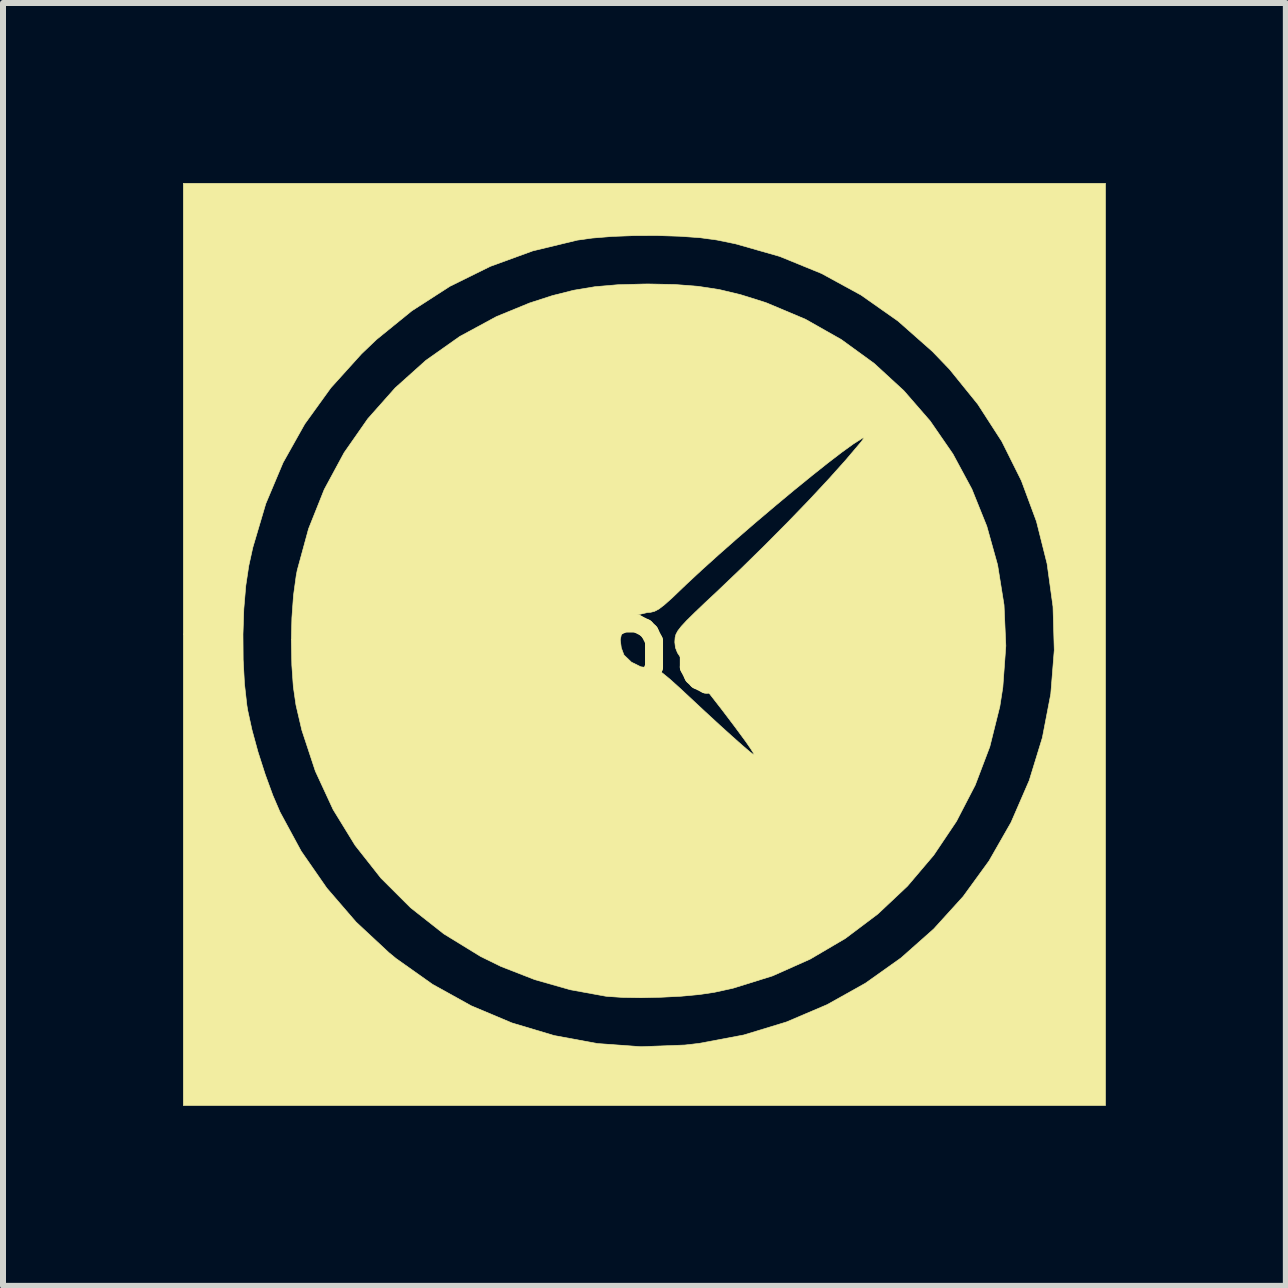
<source format=kicad_pcb>
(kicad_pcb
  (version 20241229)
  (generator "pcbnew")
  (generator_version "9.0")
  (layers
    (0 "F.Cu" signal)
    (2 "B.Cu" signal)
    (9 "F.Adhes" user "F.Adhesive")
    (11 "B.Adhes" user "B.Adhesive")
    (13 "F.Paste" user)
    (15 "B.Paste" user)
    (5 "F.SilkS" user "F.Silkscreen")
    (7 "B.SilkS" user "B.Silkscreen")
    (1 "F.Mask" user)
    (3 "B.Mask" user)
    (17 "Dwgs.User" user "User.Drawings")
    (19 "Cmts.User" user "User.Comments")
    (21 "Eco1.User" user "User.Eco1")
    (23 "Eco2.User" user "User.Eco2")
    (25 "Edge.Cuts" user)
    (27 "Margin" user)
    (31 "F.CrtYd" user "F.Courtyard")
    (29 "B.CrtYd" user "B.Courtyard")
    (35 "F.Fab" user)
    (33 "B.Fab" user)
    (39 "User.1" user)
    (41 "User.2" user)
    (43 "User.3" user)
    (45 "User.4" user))
  (footprint "clock"
    (layer "F.Cu")
    (at 7.667 7.667)
    (property "Reference" "clock" (at 0 0 0) (layer "F.SilkS") (effects (font (size 1.524 1.524) (thickness 0.3))))
    (attr through_hole)
    (fp_poly (pts (xy 7.705 7.705) (xy -7.662 7.705) (xy -7.662 -0.15) (xy -6.668 -0.15) (xy -6.665 0.275) (xy -6.643 0.679) (xy -6.603 1.036) (xy -6.589 1.122) (xy -6.518 1.447) (xy -6.418 1.813) (xy -6.298 2.187) (xy -6.17 2.538) (xy -6.051 2.815) (xy -5.698 3.467) (xy -5.272 4.081) (xy -4.784 4.647) (xy -4.239 5.155) (xy -4.115 5.257) (xy -3.509 5.686) (xy -2.863 6.044) (xy -2.186 6.329) (xy -1.483 6.539) (xy -0.764 6.672) (xy -0.035 6.725) (xy 0.695 6.697) (xy 0.932 6.67) (xy 1.675 6.53) (xy 2.388 6.313) (xy 3.066 6.024) (xy 3.704 5.667) (xy 4.298 5.245) (xy 4.843 4.762) (xy 5.333 4.222) (xy 5.764 3.629) (xy 6.131 2.987) (xy 6.429 2.3) (xy 6.432 2.295) (xy 6.653 1.575) (xy 6.793 0.847) (xy 6.851 0.117) (xy 6.83 -0.609) (xy 6.731 -1.326) (xy 6.555 -2.027) (xy 6.303 -2.707) (xy 5.977 -3.361) (xy 5.577 -3.981) (xy 5.107 -4.562) (xy 4.821 -4.86) (xy 4.247 -5.367) (xy 3.631 -5.8) (xy 2.974 -6.159) (xy 2.276 -6.444) (xy 1.54 -6.654) (xy 1.228 -6.718) (xy 0.95 -6.756) (xy 0.612 -6.78) (xy 0.24 -6.792) (xy -0.144 -6.791) (xy -0.515 -6.777) (xy -0.848 -6.75) (xy -1.098 -6.715) (xy -1.839 -6.536) (xy -2.547 -6.278) (xy -3.22 -5.946) (xy -3.853 -5.538) (xy -4.443 -5.059) (xy -4.693 -4.82) (xy -5.204 -4.254) (xy -5.639 -3.651) (xy -6 -3.008) (xy -6.288 -2.324) (xy -6.504 -1.595) (xy -6.571 -1.291) (xy -6.621 -0.959) (xy -6.654 -0.57) (xy -6.668 -0.15) (xy -7.662 -0.15) (xy -7.662 -7.662) (xy 7.705 -7.662) (xy 7.705 7.705)) (stroke (width 0.01) (type solid)) (fill yes) (layer "F.SilkS"))
    (fp_poly (pts (xy 0.528 -5.976) (xy 0.915 -5.946) (xy 1.272 -5.891) (xy 1.623 -5.807) (xy 1.997 -5.69) (xy 2.061 -5.668) (xy 2.705 -5.397) (xy 3.302 -5.059) (xy 3.85 -4.661) (xy 4.345 -4.206) (xy 4.783 -3.702) (xy 5.162 -3.153) (xy 5.478 -2.567) (xy 5.727 -1.948) (xy 5.907 -1.303) (xy 6.014 -0.636) (xy 6.044 0.045) (xy 5.994 0.735) (xy 5.944 1.055) (xy 5.777 1.726) (xy 5.534 2.366) (xy 5.221 2.97) (xy 4.843 3.533) (xy 4.405 4.049) (xy 3.912 4.513) (xy 3.37 4.921) (xy 2.783 5.266) (xy 2.157 5.545) (xy 1.496 5.751) (xy 1.185 5.819) (xy 0.936 5.856) (xy 0.633 5.884) (xy 0.301 5.901) (xy -0.032 5.909) (xy -0.339 5.904) (xy -0.594 5.887) (xy -0.627 5.883) (xy -1.213 5.776) (xy -1.804 5.608) (xy -2.369 5.388) (xy -2.709 5.221) (xy -3.32 4.846) (xy -3.875 4.409) (xy -4.369 3.916) (xy -4.8 3.369) (xy -5.166 2.773) (xy -5.462 2.133) (xy -5.687 1.451) (xy -5.785 1.031) (xy -5.829 0.727) (xy -5.854 0.366) (xy -5.862 -0.025) (xy -5.862 -0.056) (xy -0.381 -0.056) (xy -0.364 0.078) (xy -0.322 0.191) (xy -0.315 0.202) (xy -0.195 0.317) (xy -0.039 0.394) (xy 0.117 0.417) (xy 0.125 0.417) (xy 0.178 0.42) (xy 0.242 0.446) (xy 0.326 0.502) (xy 0.441 0.596) (xy 0.597 0.736) (xy 0.767 0.894) (xy 1.035 1.144) (xy 1.275 1.365) (xy 1.482 1.552) (xy 1.649 1.7) (xy 1.77 1.804) (xy 1.838 1.857) (xy 1.85 1.863) (xy 1.838 1.832) (xy 1.786 1.75) (xy 1.71 1.64) (xy 1.528 1.393) (xy 1.316 1.113) (xy 1.096 0.83) (xy 0.888 0.569) (xy 0.761 0.415) (xy 0.643 0.268) (xy 0.572 0.161) (xy 0.538 0.074) (xy 0.528 -0.015) (xy 0.529 -0.037) (xy 0.533 -0.094) (xy 0.547 -0.147) (xy 0.579 -0.206) (xy 0.636 -0.28) (xy 0.726 -0.377) (xy 0.857 -0.506) (xy 1.035 -0.676) (xy 1.23 -0.858) (xy 1.628 -1.238) (xy 2.024 -1.626) (xy 2.407 -2.012) (xy 2.767 -2.385) (xy 3.094 -2.736) (xy 3.379 -3.054) (xy 3.611 -3.328) (xy 3.639 -3.362) (xy 3.68 -3.418) (xy 3.665 -3.421) (xy 3.641 -3.407) (xy 3.503 -3.319) (xy 3.312 -3.181) (xy 3.077 -3.001) (xy 2.808 -2.787) (xy 2.513 -2.547) (xy 2.202 -2.288) (xy 1.883 -2.018) (xy 1.567 -1.745) (xy 1.263 -1.477) (xy 0.979 -1.221) (xy 0.725 -0.985) (xy 0.656 -0.919) (xy 0.484 -0.754) (xy 0.357 -0.641) (xy 0.264 -0.569) (xy 0.19 -0.53) (xy 0.123 -0.513) (xy 0.07 -0.51) (xy -0.101 -0.469) (xy -0.247 -0.365) (xy -0.347 -0.216) (xy -0.381 -0.056) (xy -5.862 -0.056) (xy -5.853 -0.421) (xy -5.826 -0.796) (xy -5.781 -1.125) (xy -5.764 -1.214) (xy -5.575 -1.906) (xy -5.314 -2.56) (xy -4.983 -3.173) (xy -4.588 -3.739) (xy -4.132 -4.253) (xy -3.62 -4.712) (xy -3.056 -5.11) (xy -2.443 -5.442) (xy -1.892 -5.668) (xy -1.512 -5.791) (xy -1.159 -5.88) (xy -0.805 -5.939) (xy -0.425 -5.972) (xy 0.008 -5.984) (xy 0.085 -5.985) (xy 0.528 -5.976)) (stroke (width 0.01) (type solid)) (fill yes) (layer "F.SilkS")))
  (gr_rect
    (start -3 -3)
    (end 18.377 18.377)
    (stroke (width 0.1) (type default))
    (fill no)
    (layer "Edge.Cuts")))
</source>
